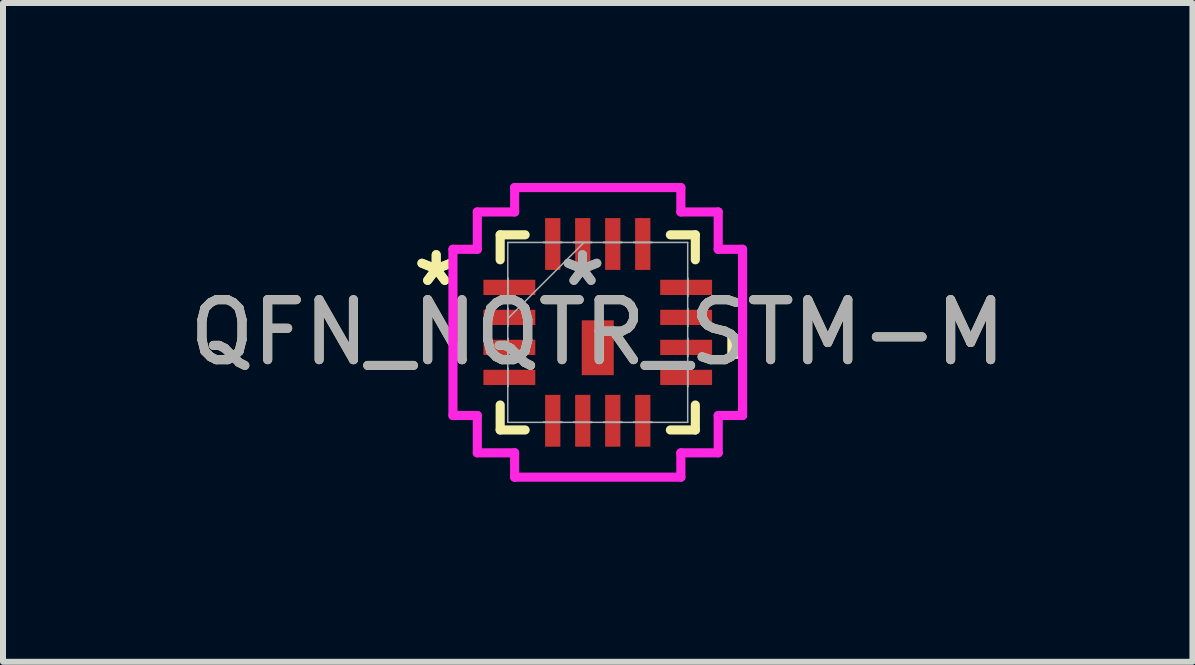
<source format=kicad_pcb>
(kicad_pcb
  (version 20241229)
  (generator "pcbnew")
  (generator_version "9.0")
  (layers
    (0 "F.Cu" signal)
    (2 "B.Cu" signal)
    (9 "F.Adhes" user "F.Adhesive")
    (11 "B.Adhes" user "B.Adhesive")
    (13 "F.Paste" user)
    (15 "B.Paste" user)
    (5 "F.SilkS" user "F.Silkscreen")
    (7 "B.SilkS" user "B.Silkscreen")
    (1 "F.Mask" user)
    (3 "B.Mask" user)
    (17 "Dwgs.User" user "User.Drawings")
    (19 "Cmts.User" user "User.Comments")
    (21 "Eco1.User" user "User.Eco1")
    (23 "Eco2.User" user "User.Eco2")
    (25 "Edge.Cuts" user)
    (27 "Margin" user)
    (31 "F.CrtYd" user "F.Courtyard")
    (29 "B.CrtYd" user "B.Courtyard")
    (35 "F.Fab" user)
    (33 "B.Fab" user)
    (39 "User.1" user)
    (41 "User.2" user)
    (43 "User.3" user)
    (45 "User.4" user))
  (footprint "QFN_NQTR_STM-M"
    (layer "F.Cu")
    (at 6.911 2.489)
    (property "Reference" "QFN_NQTR_STM-M" (at 0 0 0) (unlocked yes) (layer "F.SilkS") (effects (font (size 1 1) (thickness 0.15))))
    (attr smd)
    (fp_line (start -1.626 -1.626) (end -1.626 -1.21) (stroke (width 0.152) (type solid)) (layer "F.SilkS"))
    (fp_line (start -1.626 1.21) (end -1.626 1.626) (stroke (width 0.152) (type solid)) (layer "F.SilkS"))
    (fp_line (start -1.626 1.626) (end -1.21 1.626) (stroke (width 0.152) (type solid)) (layer "F.SilkS"))
    (fp_line (start -1.21 -1.626) (end -1.626 -1.626) (stroke (width 0.152) (type solid)) (layer "F.SilkS"))
    (fp_line (start 1.21 1.626) (end 1.626 1.626) (stroke (width 0.152) (type solid)) (layer "F.SilkS"))
    (fp_line (start 1.626 -1.626) (end 1.21 -1.626) (stroke (width 0.152) (type solid)) (layer "F.SilkS"))
    (fp_line (start 1.626 -1.21) (end 1.626 -1.626) (stroke (width 0.152) (type solid)) (layer "F.SilkS"))
    (fp_line (start 1.626 1.626) (end 1.626 1.21) (stroke (width 0.152) (type solid)) (layer "F.SilkS"))
    (fp_poly (pts (xy 2.413 0.06) (xy 2.413 0.441) (xy 2.159 0.441) (xy 2.159 0.06)) (stroke (width 0) (type solid)) (fill yes) (layer "F.SilkS"))
    (fp_line (start -2.413 -1.385) (end -2.007 -1.385) (stroke (width 0.152) (type solid)) (layer "F.CrtYd"))
    (fp_line (start -2.413 1.385) (end -2.413 -1.385) (stroke (width 0.152) (type solid)) (layer "F.CrtYd"))
    (fp_line (start -2.007 -2.007) (end -1.385 -2.007) (stroke (width 0.152) (type solid)) (layer "F.CrtYd"))
    (fp_line (start -2.007 -1.385) (end -2.007 -2.007) (stroke (width 0.152) (type solid)) (layer "F.CrtYd"))
    (fp_line (start -2.007 1.385) (end -2.413 1.385) (stroke (width 0.152) (type solid)) (layer "F.CrtYd"))
    (fp_line (start -2.007 2.007) (end -2.007 1.385) (stroke (width 0.152) (type solid)) (layer "F.CrtYd"))
    (fp_line (start -1.385 -2.413) (end 1.385 -2.413) (stroke (width 0.152) (type solid)) (layer "F.CrtYd"))
    (fp_line (start -1.385 -2.007) (end -1.385 -2.413) (stroke (width 0.152) (type solid)) (layer "F.CrtYd"))
    (fp_line (start -1.385 2.007) (end -2.007 2.007) (stroke (width 0.152) (type solid)) (layer "F.CrtYd"))
    (fp_line (start -1.385 2.413) (end -1.385 2.007) (stroke (width 0.152) (type solid)) (layer "F.CrtYd"))
    (fp_line (start 1.385 -2.413) (end 1.385 -2.007) (stroke (width 0.152) (type solid)) (layer "F.CrtYd"))
    (fp_line (start 1.385 -2.007) (end 2.007 -2.007) (stroke (width 0.152) (type solid)) (layer "F.CrtYd"))
    (fp_line (start 1.385 2.007) (end 1.385 2.413) (stroke (width 0.152) (type solid)) (layer "F.CrtYd"))
    (fp_line (start 1.385 2.413) (end -1.385 2.413) (stroke (width 0.152) (type solid)) (layer "F.CrtYd"))
    (fp_line (start 2.007 -2.007) (end 2.007 -1.385) (stroke (width 0.152) (type solid)) (layer "F.CrtYd"))
    (fp_line (start 2.007 -1.385) (end 2.413 -1.385) (stroke (width 0.152) (type solid)) (layer "F.CrtYd"))
    (fp_line (start 2.007 1.385) (end 2.007 2.007) (stroke (width 0.152) (type solid)) (layer "F.CrtYd"))
    (fp_line (start 2.007 2.007) (end 1.385 2.007) (stroke (width 0.152) (type solid)) (layer "F.CrtYd"))
    (fp_line (start 2.413 -1.385) (end 2.413 1.385) (stroke (width 0.152) (type solid)) (layer "F.CrtYd"))
    (fp_line (start 2.413 1.385) (end 2.007 1.385) (stroke (width 0.152) (type solid)) (layer "F.CrtYd"))
    (fp_line (start -1.499 -1.499) (end -1.499 1.499) (stroke (width 0.025) (type solid)) (layer "F.Fab"))
    (fp_line (start -1.499 -0.903) (end -1.499 -0.903) (stroke (width 0.025) (type solid)) (layer "F.Fab"))
    (fp_line (start -1.499 -0.903) (end -1.499 -0.598) (stroke (width 0.025) (type solid)) (layer "F.Fab"))
    (fp_line (start -1.499 -0.598) (end -1.499 -0.903) (stroke (width 0.025) (type solid)) (layer "F.Fab"))
    (fp_line (start -1.499 -0.598) (end -1.499 -0.598) (stroke (width 0.025) (type solid)) (layer "F.Fab"))
    (fp_line (start -1.499 -0.402) (end -1.499 -0.402) (stroke (width 0.025) (type solid)) (layer "F.Fab"))
    (fp_line (start -1.499 -0.402) (end -1.499 -0.098) (stroke (width 0.025) (type solid)) (layer "F.Fab"))
    (fp_line (start -1.499 -0.229) (end -0.229 -1.499) (stroke (width 0.025) (type solid)) (layer "F.Fab"))
    (fp_line (start -1.499 -0.098) (end -1.499 -0.402) (stroke (width 0.025) (type solid)) (layer "F.Fab"))
    (fp_line (start -1.499 -0.098) (end -1.499 -0.098) (stroke (width 0.025) (type solid)) (layer "F.Fab"))
    (fp_line (start -1.499 0.098) (end -1.499 0.098) (stroke (width 0.025) (type solid)) (layer "F.Fab"))
    (fp_line (start -1.499 0.098) (end -1.499 0.402) (stroke (width 0.025) (type solid)) (layer "F.Fab"))
    (fp_line (start -1.499 0.402) (end -1.499 0.098) (stroke (width 0.025) (type solid)) (layer "F.Fab"))
    (fp_line (start -1.499 0.402) (end -1.499 0.402) (stroke (width 0.025) (type solid)) (layer "F.Fab"))
    (fp_line (start -1.499 0.598) (end -1.499 0.598) (stroke (width 0.025) (type solid)) (layer "F.Fab"))
    (fp_line (start -1.499 0.598) (end -1.499 0.903) (stroke (width 0.025) (type solid)) (layer "F.Fab"))
    (fp_line (start -1.499 0.903) (end -1.499 0.598) (stroke (width 0.025) (type solid)) (layer "F.Fab"))
    (fp_line (start -1.499 0.903) (end -1.499 0.903) (stroke (width 0.025) (type solid)) (layer "F.Fab"))
    (fp_line (start -1.499 1.499) (end 1.499 1.499) (stroke (width 0.025) (type solid)) (layer "F.Fab"))
    (fp_line (start -0.903 -1.499) (end -0.903 -1.499) (stroke (width 0.025) (type solid)) (layer "F.Fab"))
    (fp_line (start -0.903 -1.499) (end -0.598 -1.499) (stroke (width 0.025) (type solid)) (layer "F.Fab"))
    (fp_line (start -0.903 1.499) (end -0.903 1.499) (stroke (width 0.025) (type solid)) (layer "F.Fab"))
    (fp_line (start -0.903 1.499) (end -0.598 1.499) (stroke (width 0.025) (type solid)) (layer "F.Fab"))
    (fp_line (start -0.598 -1.499) (end -0.903 -1.499) (stroke (width 0.025) (type solid)) (layer "F.Fab"))
    (fp_line (start -0.598 -1.499) (end -0.598 -1.499) (stroke (width 0.025) (type solid)) (layer "F.Fab"))
    (fp_line (start -0.598 1.499) (end -0.903 1.499) (stroke (width 0.025) (type solid)) (layer "F.Fab"))
    (fp_line (start -0.598 1.499) (end -0.598 1.499) (stroke (width 0.025) (type solid)) (layer "F.Fab"))
    (fp_line (start -0.402 -1.499) (end -0.402 -1.499) (stroke (width 0.025) (type solid)) (layer "F.Fab"))
    (fp_line (start -0.402 -1.499) (end -0.098 -1.499) (stroke (width 0.025) (type solid)) (layer "F.Fab"))
    (fp_line (start -0.402 1.499) (end -0.402 1.499) (stroke (width 0.025) (type solid)) (layer "F.Fab"))
    (fp_line (start -0.402 1.499) (end -0.098 1.499) (stroke (width 0.025) (type solid)) (layer "F.Fab"))
    (fp_line (start -0.098 -1.499) (end -0.402 -1.499) (stroke (width 0.025) (type solid)) (layer "F.Fab"))
    (fp_line (start -0.098 -1.499) (end -0.098 -1.499) (stroke (width 0.025) (type solid)) (layer "F.Fab"))
    (fp_line (start -0.098 1.499) (end -0.402 1.499) (stroke (width 0.025) (type solid)) (layer "F.Fab"))
    (fp_line (start -0.098 1.499) (end -0.098 1.499) (stroke (width 0.025) (type solid)) (layer "F.Fab"))
    (fp_line (start 0.098 -1.499) (end 0.098 -1.499) (stroke (width 0.025) (type solid)) (layer "F.Fab"))
    (fp_line (start 0.098 -1.499) (end 0.402 -1.499) (stroke (width 0.025) (type solid)) (layer "F.Fab"))
    (fp_line (start 0.098 1.499) (end 0.098 1.499) (stroke (width 0.025) (type solid)) (layer "F.Fab"))
    (fp_line (start 0.098 1.499) (end 0.402 1.499) (stroke (width 0.025) (type solid)) (layer "F.Fab"))
    (fp_line (start 0.402 -1.499) (end 0.098 -1.499) (stroke (width 0.025) (type solid)) (layer "F.Fab"))
    (fp_line (start 0.402 -1.499) (end 0.402 -1.499) (stroke (width 0.025) (type solid)) (layer "F.Fab"))
    (fp_line (start 0.402 1.499) (end 0.098 1.499) (stroke (width 0.025) (type solid)) (layer "F.Fab"))
    (fp_line (start 0.402 1.499) (end 0.402 1.499) (stroke (width 0.025) (type solid)) (layer "F.Fab"))
    (fp_line (start 0.598 -1.499) (end 0.598 -1.499) (stroke (width 0.025) (type solid)) (layer "F.Fab"))
    (fp_line (start 0.598 -1.499) (end 0.903 -1.499) (stroke (width 0.025) (type solid)) (layer "F.Fab"))
    (fp_line (start 0.598 1.499) (end 0.598 1.499) (stroke (width 0.025) (type solid)) (layer "F.Fab"))
    (fp_line (start 0.598 1.499) (end 0.903 1.499) (stroke (width 0.025) (type solid)) (layer "F.Fab"))
    (fp_line (start 0.903 -1.499) (end 0.598 -1.499) (stroke (width 0.025) (type solid)) (layer "F.Fab"))
    (fp_line (start 0.903 -1.499) (end 0.903 -1.499) (stroke (width 0.025) (type solid)) (layer "F.Fab"))
    (fp_line (start 0.903 1.499) (end 0.598 1.499) (stroke (width 0.025) (type solid)) (layer "F.Fab"))
    (fp_line (start 0.903 1.499) (end 0.903 1.499) (stroke (width 0.025) (type solid)) (layer "F.Fab"))
    (fp_line (start 1.499 -1.499) (end -1.499 -1.499) (stroke (width 0.025) (type solid)) (layer "F.Fab"))
    (fp_line (start 1.499 -0.903) (end 1.499 -0.903) (stroke (width 0.025) (type solid)) (layer "F.Fab"))
    (fp_line (start 1.499 -0.903) (end 1.499 -0.598) (stroke (width 0.025) (type solid)) (layer "F.Fab"))
    (fp_line (start 1.499 -0.598) (end 1.499 -0.903) (stroke (width 0.025) (type solid)) (layer "F.Fab"))
    (fp_line (start 1.499 -0.598) (end 1.499 -0.598) (stroke (width 0.025) (type solid)) (layer "F.Fab"))
    (fp_line (start 1.499 -0.402) (end 1.499 -0.402) (stroke (width 0.025) (type solid)) (layer "F.Fab"))
    (fp_line (start 1.499 -0.402) (end 1.499 -0.098) (stroke (width 0.025) (type solid)) (layer "F.Fab"))
    (fp_line (start 1.499 -0.098) (end 1.499 -0.402) (stroke (width 0.025) (type solid)) (layer "F.Fab"))
    (fp_line (start 1.499 -0.098) (end 1.499 -0.098) (stroke (width 0.025) (type solid)) (layer "F.Fab"))
    (fp_line (start 1.499 0.098) (end 1.499 0.098) (stroke (width 0.025) (type solid)) (layer "F.Fab"))
    (fp_line (start 1.499 0.098) (end 1.499 0.402) (stroke (width 0.025) (type solid)) (layer "F.Fab"))
    (fp_line (start 1.499 0.402) (end 1.499 0.098) (stroke (width 0.025) (type solid)) (layer "F.Fab"))
    (fp_line (start 1.499 0.402) (end 1.499 0.402) (stroke (width 0.025) (type solid)) (layer "F.Fab"))
    (fp_line (start 1.499 0.598) (end 1.499 0.598) (stroke (width 0.025) (type solid)) (layer "F.Fab"))
    (fp_line (start 1.499 0.598) (end 1.499 0.903) (stroke (width 0.025) (type solid)) (layer "F.Fab"))
    (fp_line (start 1.499 0.903) (end 1.499 0.598) (stroke (width 0.025) (type solid)) (layer "F.Fab"))
    (fp_line (start 1.499 0.903) (end 1.499 0.903) (stroke (width 0.025) (type solid)) (layer "F.Fab"))
    (fp_line (start 1.499 1.499) (end 1.499 -1.499) (stroke (width 0.025) (type solid)) (layer "F.Fab"))
    (fp_text user "*" (at -2.692 -0.75 0) (unlocked yes) (layer "F.SilkS") (effects (font (size 1 1) (thickness 0.15))))
    (fp_text user "*" (at -2.692 -0.75 0) (layer "F.SilkS") (effects (font (size 1 1) (thickness 0.15))))
    (fp_text user "*" (at -0.254 -0.75 0) (layer "F.Fab") (effects (font (size 1 1) (thickness 0.15))))
    (fp_text user "*" (at -0.254 -0.75 0) (unlocked yes) (layer "F.Fab") (effects (font (size 1 1) (thickness 0.15))))
    (fp_text user "${REFERENCE}" (at 0 0 0) (unlocked yes) (layer "F.Fab") (effects (font (size 1 1) (thickness 0.15))))
    (pad "1" smd rect (at -1.473 -0.75 90) (size 0.254 0.864) (layers "F.Cu" "F.Mask" "F.Paste"))
    (pad "2" smd rect (at -1.473 -0.25 90) (size 0.254 0.864) (layers "F.Cu" "F.Mask" "F.Paste"))
    (pad "3" smd rect (at -1.473 0.25 90) (size 0.254 0.864) (layers "F.Cu" "F.Mask" "F.Paste"))
    (pad "4" smd rect (at -1.473 0.75 90) (size 0.254 0.864) (layers "F.Cu" "F.Mask" "F.Paste"))
    (pad "5" smd rect (at -0.75 1.473) (size 0.254 0.864) (layers "F.Cu" "F.Mask" "F.Paste"))
    (pad "6" smd rect (at -0.25 1.473) (size 0.254 0.864) (layers "F.Cu" "F.Mask" "F.Paste"))
    (pad "7" smd rect (at 0.25 1.473) (size 0.254 0.864) (layers "F.Cu" "F.Mask" "F.Paste"))
    (pad "8" smd rect (at 0.75 1.473) (size 0.254 0.864) (layers "F.Cu" "F.Mask" "F.Paste"))
    (pad "9" smd rect (at 1.473 0.75 90) (size 0.254 0.864) (layers "F.Cu" "F.Mask" "F.Paste"))
    (pad "10" smd rect (at 1.473 0.25 90) (size 0.254 0.864) (layers "F.Cu" "F.Mask" "F.Paste"))
    (pad "11" smd rect (at 1.473 -0.25 90) (size 0.254 0.864) (layers "F.Cu" "F.Mask" "F.Paste"))
    (pad "12" smd rect (at 1.473 -0.75 90) (size 0.254 0.864) (layers "F.Cu" "F.Mask" "F.Paste"))
    (pad "13" smd rect (at 0.75 -1.473) (size 0.254 0.864) (layers "F.Cu" "F.Mask" "F.Paste"))
    (pad "14" smd rect (at 0.25 -1.473) (size 0.254 0.864) (layers "F.Cu" "F.Mask" "F.Paste"))
    (pad "15" smd rect (at -0.25 -1.473) (size 0.254 0.864) (layers "F.Cu" "F.Mask" "F.Paste"))
    (pad "16" smd rect (at -0.75 -1.473) (size 0.254 0.864) (layers "F.Cu" "F.Mask" "F.Paste"))
    (pad "17" smd rect (at 0 0.256) (size 0.533 0.914) (layers "F.Cu" "F.Mask" "F.Paste")))
  (gr_rect
    (start -3 -3)
    (end 16.821 7.978)
    (stroke (width 0.1) (type default))
    (fill no)
    (layer "Edge.Cuts")))
</source>
